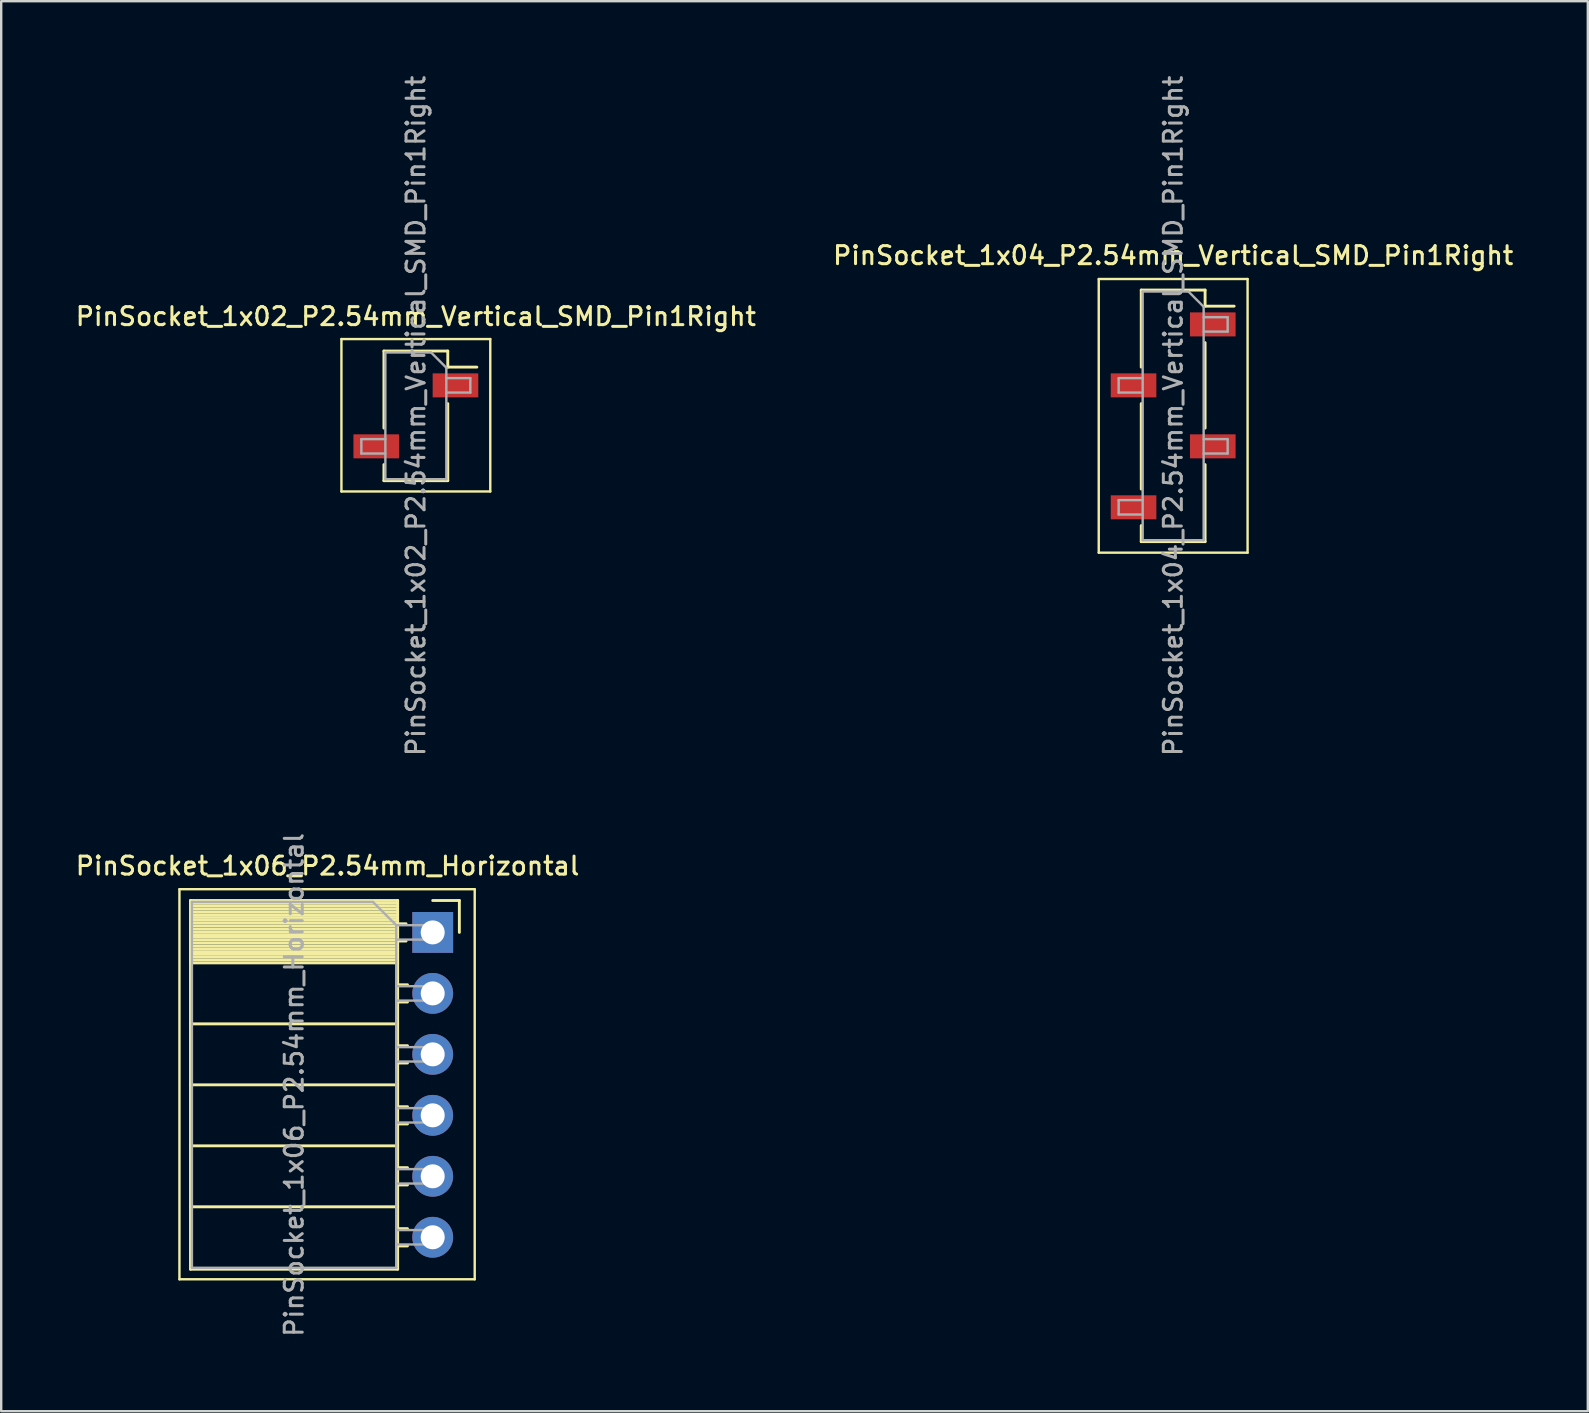
<source format=kicad_pcb>
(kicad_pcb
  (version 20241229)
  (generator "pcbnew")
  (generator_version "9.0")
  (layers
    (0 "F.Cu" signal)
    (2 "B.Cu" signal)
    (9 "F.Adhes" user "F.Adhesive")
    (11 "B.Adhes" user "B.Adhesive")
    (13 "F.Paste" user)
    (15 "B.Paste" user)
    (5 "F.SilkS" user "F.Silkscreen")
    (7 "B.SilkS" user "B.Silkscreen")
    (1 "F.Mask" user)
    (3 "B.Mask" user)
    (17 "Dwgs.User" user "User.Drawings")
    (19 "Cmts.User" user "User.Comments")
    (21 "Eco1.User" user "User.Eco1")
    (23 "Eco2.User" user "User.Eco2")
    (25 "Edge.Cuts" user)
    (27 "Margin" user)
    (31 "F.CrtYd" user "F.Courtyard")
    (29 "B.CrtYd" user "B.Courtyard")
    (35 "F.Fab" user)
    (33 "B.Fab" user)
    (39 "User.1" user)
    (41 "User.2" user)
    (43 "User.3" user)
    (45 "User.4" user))
  (footprint "PinSocket_1x04_P2.54mm_Vertical_SMD_Pin1Right"
    (layer "F.Cu")
    (at 45.82 14.273)
    (property "Reference" "PinSocket_1x04_P2.54mm_Vertical_SMD_Pin1Right" (at 0 -6.68 0) (layer "F.SilkS") (effects (font (size 0.75 0.75) (thickness 0.125))))
    (attr smd)
    (fp_line (start -3.1 -5.7) (end 3.1 -5.7) (stroke (width 0.1) (type solid)) (layer "F.SilkS"))
    (fp_line (start -3.1 5.7) (end -3.1 -5.7) (stroke (width 0.1) (type solid)) (layer "F.SilkS"))
    (fp_line (start -1.33 -5.24) (end -1.33 -2.03) (stroke (width 0.12) (type solid)) (layer "F.SilkS"))
    (fp_line (start -1.33 -5.24) (end 1.33 -5.24) (stroke (width 0.12) (type solid)) (layer "F.SilkS"))
    (fp_line (start -1.33 -0.51) (end -1.33 3.05) (stroke (width 0.12) (type solid)) (layer "F.SilkS"))
    (fp_line (start -1.33 4.57) (end -1.33 5.24) (stroke (width 0.12) (type solid)) (layer "F.SilkS"))
    (fp_line (start -1.33 5.24) (end 1.33 5.24) (stroke (width 0.12) (type solid)) (layer "F.SilkS"))
    (fp_line (start 1.33 -5.24) (end 1.33 -4.57) (stroke (width 0.12) (type solid)) (layer "F.SilkS"))
    (fp_line (start 1.33 -4.57) (end 2.54 -4.57) (stroke (width 0.12) (type solid)) (layer "F.SilkS"))
    (fp_line (start 1.33 -3.05) (end 1.33 0.51) (stroke (width 0.12) (type solid)) (layer "F.SilkS"))
    (fp_line (start 1.33 2.03) (end 1.33 5.24) (stroke (width 0.12) (type solid)) (layer "F.SilkS"))
    (fp_line (start 3.1 -5.7) (end 3.1 5.7) (stroke (width 0.1) (type solid)) (layer "F.SilkS"))
    (fp_line (start 3.1 5.7) (end -3.1 5.7) (stroke (width 0.1) (type solid)) (layer "F.SilkS"))
    (fp_line (start -2.27 -1.57) (end -1.27 -1.57) (stroke (width 0.1) (type solid)) (layer "F.Fab"))
    (fp_line (start -2.27 -0.97) (end -2.27 -1.57) (stroke (width 0.1) (type solid)) (layer "F.Fab"))
    (fp_line (start -2.27 3.51) (end -1.27 3.51) (stroke (width 0.1) (type solid)) (layer "F.Fab"))
    (fp_line (start -2.27 4.11) (end -2.27 3.51) (stroke (width 0.1) (type solid)) (layer "F.Fab"))
    (fp_line (start -1.27 -5.18) (end 0.635 -5.18) (stroke (width 0.1) (type solid)) (layer "F.Fab"))
    (fp_line (start -1.27 -0.97) (end -2.27 -0.97) (stroke (width 0.1) (type solid)) (layer "F.Fab"))
    (fp_line (start -1.27 4.11) (end -2.27 4.11) (stroke (width 0.1) (type solid)) (layer "F.Fab"))
    (fp_line (start -1.27 5.18) (end -1.27 -5.18) (stroke (width 0.1) (type solid)) (layer "F.Fab"))
    (fp_line (start 0.635 -5.18) (end 1.27 -4.545) (stroke (width 0.1) (type solid)) (layer "F.Fab"))
    (fp_line (start 1.27 -4.545) (end 1.27 5.18) (stroke (width 0.1) (type solid)) (layer "F.Fab"))
    (fp_line (start 1.27 -4.11) (end 2.27 -4.11) (stroke (width 0.1) (type solid)) (layer "F.Fab"))
    (fp_line (start 1.27 0.97) (end 2.27 0.97) (stroke (width 0.1) (type solid)) (layer "F.Fab"))
    (fp_line (start 1.27 5.18) (end -1.27 5.18) (stroke (width 0.1) (type solid)) (layer "F.Fab"))
    (fp_line (start 2.27 -4.11) (end 2.27 -3.51) (stroke (width 0.1) (type solid)) (layer "F.Fab"))
    (fp_line (start 2.27 -3.51) (end 1.27 -3.51) (stroke (width 0.1) (type solid)) (layer "F.Fab"))
    (fp_line (start 2.27 0.97) (end 2.27 1.57) (stroke (width 0.1) (type solid)) (layer "F.Fab"))
    (fp_line (start 2.27 1.57) (end 1.27 1.57) (stroke (width 0.1) (type solid)) (layer "F.Fab"))
    (fp_text user "${REFERENCE}" (at 0 0 90) (layer "F.Fab") (effects (font (size 0.75 0.75) (thickness 0.125))))
    (pad "1" smd rect (at 1.65 -3.81) (size 1.9 1) (layers "F.Cu" "F.Mask" "F.Paste"))
    (pad "2" smd rect (at -1.65 -1.27) (size 1.9 1) (layers "F.Cu" "F.Mask" "F.Paste"))
    (pad "3" smd rect (at 1.65 1.27) (size 1.9 1) (layers "F.Cu" "F.Mask" "F.Paste"))
    (pad "4" smd rect (at -1.65 3.81) (size 1.9 1) (layers "F.Cu" "F.Mask" "F.Paste")))
  (footprint "PinSocket_1x06_P2.54mm_Horizontal"
    (layer "F.Cu")
    (at 14.975 35.791)
    (property "Reference" "PinSocket_1x06_P2.54mm_Horizontal" (at -4.38 -2.77 0) (layer "F.SilkS") (effects (font (size 0.75 0.75) (thickness 0.125))))
    (attr through_hole)
    (fp_line (start -10.55 -1.8) (end -10.55 14.45) (stroke (width 0.1) (type solid)) (layer "F.SilkS"))
    (fp_line (start -10.55 14.45) (end 1.75 14.45) (stroke (width 0.1) (type solid)) (layer "F.SilkS"))
    (fp_line (start -10.09 -1.33) (end -10.09 14.03) (stroke (width 0.12) (type solid)) (layer "F.SilkS"))
    (fp_line (start -10.09 -1.33) (end -1.46 -1.33) (stroke (width 0.12) (type solid)) (layer "F.SilkS"))
    (fp_line (start -10.09 -1.21) (end -1.46 -1.21) (stroke (width 0.12) (type solid)) (layer "F.SilkS"))
    (fp_line (start -10.09 -1.092) (end -1.46 -1.092) (stroke (width 0.12) (type solid)) (layer "F.SilkS"))
    (fp_line (start -10.09 -0.974) (end -1.46 -0.974) (stroke (width 0.12) (type solid)) (layer "F.SilkS"))
    (fp_line (start -10.09 -0.856) (end -1.46 -0.856) (stroke (width 0.12) (type solid)) (layer "F.SilkS"))
    (fp_line (start -10.09 -0.738) (end -1.46 -0.738) (stroke (width 0.12) (type solid)) (layer "F.SilkS"))
    (fp_line (start -10.09 -0.62) (end -1.46 -0.62) (stroke (width 0.12) (type solid)) (layer "F.SilkS"))
    (fp_line (start -10.09 -0.501) (end -1.46 -0.501) (stroke (width 0.12) (type solid)) (layer "F.SilkS"))
    (fp_line (start -10.09 -0.383) (end -1.46 -0.383) (stroke (width 0.12) (type solid)) (layer "F.SilkS"))
    (fp_line (start -10.09 -0.265) (end -1.46 -0.265) (stroke (width 0.12) (type solid)) (layer "F.SilkS"))
    (fp_line (start -10.09 -0.147) (end -1.46 -0.147) (stroke (width 0.12) (type solid)) (layer "F.SilkS"))
    (fp_line (start -10.09 -0.029) (end -1.46 -0.029) (stroke (width 0.12) (type solid)) (layer "F.SilkS"))
    (fp_line (start -10.09 0.089) (end -1.46 0.089) (stroke (width 0.12) (type solid)) (layer "F.SilkS"))
    (fp_line (start -10.09 0.207) (end -1.46 0.207) (stroke (width 0.12) (type solid)) (layer "F.SilkS"))
    (fp_line (start -10.09 0.325) (end -1.46 0.325) (stroke (width 0.12) (type solid)) (layer "F.SilkS"))
    (fp_line (start -10.09 0.443) (end -1.46 0.443) (stroke (width 0.12) (type solid)) (layer "F.SilkS"))
    (fp_line (start -10.09 0.561) (end -1.46 0.561) (stroke (width 0.12) (type solid)) (layer "F.SilkS"))
    (fp_line (start -10.09 0.68) (end -1.46 0.68) (stroke (width 0.12) (type solid)) (layer "F.SilkS"))
    (fp_line (start -10.09 0.798) (end -1.46 0.798) (stroke (width 0.12) (type solid)) (layer "F.SilkS"))
    (fp_line (start -10.09 0.916) (end -1.46 0.916) (stroke (width 0.12) (type solid)) (layer "F.SilkS"))
    (fp_line (start -10.09 1.034) (end -1.46 1.034) (stroke (width 0.12) (type solid)) (layer "F.SilkS"))
    (fp_line (start -10.09 1.152) (end -1.46 1.152) (stroke (width 0.12) (type solid)) (layer "F.SilkS"))
    (fp_line (start -10.09 1.27) (end -1.46 1.27) (stroke (width 0.12) (type solid)) (layer "F.SilkS"))
    (fp_line (start -10.09 3.81) (end -1.46 3.81) (stroke (width 0.12) (type solid)) (layer "F.SilkS"))
    (fp_line (start -10.09 6.35) (end -1.46 6.35) (stroke (width 0.12) (type solid)) (layer "F.SilkS"))
    (fp_line (start -10.09 8.89) (end -1.46 8.89) (stroke (width 0.12) (type solid)) (layer "F.SilkS"))
    (fp_line (start -10.09 11.43) (end -1.46 11.43) (stroke (width 0.12) (type solid)) (layer "F.SilkS"))
    (fp_line (start -10.09 14.03) (end -1.46 14.03) (stroke (width 0.12) (type solid)) (layer "F.SilkS"))
    (fp_line (start -1.46 -1.33) (end -1.46 14.03) (stroke (width 0.12) (type solid)) (layer "F.SilkS"))
    (fp_line (start -1.46 -0.36) (end -1.11 -0.36) (stroke (width 0.12) (type solid)) (layer "F.SilkS"))
    (fp_line (start -1.46 0.36) (end -1.11 0.36) (stroke (width 0.12) (type solid)) (layer "F.SilkS"))
    (fp_line (start -1.46 2.18) (end -1.05 2.18) (stroke (width 0.12) (type solid)) (layer "F.SilkS"))
    (fp_line (start -1.46 2.9) (end -1.05 2.9) (stroke (width 0.12) (type solid)) (layer "F.SilkS"))
    (fp_line (start -1.46 4.72) (end -1.05 4.72) (stroke (width 0.12) (type solid)) (layer "F.SilkS"))
    (fp_line (start -1.46 5.44) (end -1.05 5.44) (stroke (width 0.12) (type solid)) (layer "F.SilkS"))
    (fp_line (start -1.46 7.26) (end -1.05 7.26) (stroke (width 0.12) (type solid)) (layer "F.SilkS"))
    (fp_line (start -1.46 7.98) (end -1.05 7.98) (stroke (width 0.12) (type solid)) (layer "F.SilkS"))
    (fp_line (start -1.46 9.8) (end -1.05 9.8) (stroke (width 0.12) (type solid)) (layer "F.SilkS"))
    (fp_line (start -1.46 10.52) (end -1.05 10.52) (stroke (width 0.12) (type solid)) (layer "F.SilkS"))
    (fp_line (start -1.46 12.34) (end -1.05 12.34) (stroke (width 0.12) (type solid)) (layer "F.SilkS"))
    (fp_line (start -1.46 13.06) (end -1.05 13.06) (stroke (width 0.12) (type solid)) (layer "F.SilkS"))
    (fp_line (start 0 -1.33) (end 1.11 -1.33) (stroke (width 0.12) (type solid)) (layer "F.SilkS"))
    (fp_line (start 1.11 -1.33) (end 1.11 0) (stroke (width 0.12) (type solid)) (layer "F.SilkS"))
    (fp_line (start 1.75 -1.8) (end -10.55 -1.8) (stroke (width 0.1) (type solid)) (layer "F.SilkS"))
    (fp_line (start 1.75 14.45) (end 1.75 -1.8) (stroke (width 0.1) (type solid)) (layer "F.SilkS"))
    (fp_line (start -10.03 -1.27) (end -2.49 -1.27) (stroke (width 0.1) (type solid)) (layer "F.Fab"))
    (fp_line (start -10.03 13.97) (end -10.03 -1.27) (stroke (width 0.1) (type solid)) (layer "F.Fab"))
    (fp_line (start -2.49 -1.27) (end -1.52 -0.3) (stroke (width 0.1) (type solid)) (layer "F.Fab"))
    (fp_line (start -1.52 -0.3) (end -1.52 13.97) (stroke (width 0.1) (type solid)) (layer "F.Fab"))
    (fp_line (start -1.52 0.3) (end 0 0.3) (stroke (width 0.1) (type solid)) (layer "F.Fab"))
    (fp_line (start -1.52 2.84) (end 0 2.84) (stroke (width 0.1) (type solid)) (layer "F.Fab"))
    (fp_line (start -1.52 5.38) (end 0 5.38) (stroke (width 0.1) (type solid)) (layer "F.Fab"))
    (fp_line (start -1.52 7.92) (end 0 7.92) (stroke (width 0.1) (type solid)) (layer "F.Fab"))
    (fp_line (start -1.52 10.46) (end 0 10.46) (stroke (width 0.1) (type solid)) (layer "F.Fab"))
    (fp_line (start -1.52 13) (end 0 13) (stroke (width 0.1) (type solid)) (layer "F.Fab"))
    (fp_line (start -1.52 13.97) (end -10.03 13.97) (stroke (width 0.1) (type solid)) (layer "F.Fab"))
    (fp_line (start 0 -0.3) (end -1.52 -0.3) (stroke (width 0.1) (type solid)) (layer "F.Fab"))
    (fp_line (start 0 0.3) (end 0 -0.3) (stroke (width 0.1) (type solid)) (layer "F.Fab"))
    (fp_line (start 0 2.24) (end -1.52 2.24) (stroke (width 0.1) (type solid)) (layer "F.Fab"))
    (fp_line (start 0 2.84) (end 0 2.24) (stroke (width 0.1) (type solid)) (layer "F.Fab"))
    (fp_line (start 0 4.78) (end -1.52 4.78) (stroke (width 0.1) (type solid)) (layer "F.Fab"))
    (fp_line (start 0 5.38) (end 0 4.78) (stroke (width 0.1) (type solid)) (layer "F.Fab"))
    (fp_line (start 0 7.32) (end -1.52 7.32) (stroke (width 0.1) (type solid)) (layer "F.Fab"))
    (fp_line (start 0 7.92) (end 0 7.32) (stroke (width 0.1) (type solid)) (layer "F.Fab"))
    (fp_line (start 0 9.86) (end -1.52 9.86) (stroke (width 0.1) (type solid)) (layer "F.Fab"))
    (fp_line (start 0 10.46) (end 0 9.86) (stroke (width 0.1) (type solid)) (layer "F.Fab"))
    (fp_line (start 0 12.4) (end -1.52 12.4) (stroke (width 0.1) (type solid)) (layer "F.Fab"))
    (fp_line (start 0 13) (end 0 12.4) (stroke (width 0.1) (type solid)) (layer "F.Fab"))
    (fp_text user "${REFERENCE}" (at -5.775 6.35 90) (layer "F.Fab") (effects (font (size 0.75 0.75) (thickness 0.125))))
    (pad "1" thru_hole rect (at 0 0) (size 1.7 1.7) (drill 1) (layers "*.Cu" "*.Mask"))
    (pad "2" thru_hole oval (at 0 2.54) (size 1.7 1.7) (drill 1) (layers "*.Cu" "*.Mask"))
    (pad "3" thru_hole oval (at 0 5.08) (size 1.7 1.7) (drill 1) (layers "*.Cu" "*.Mask"))
    (pad "4" thru_hole oval (at 0 7.62) (size 1.7 1.7) (drill 1) (layers "*.Cu" "*.Mask"))
    (pad "5" thru_hole oval (at 0 10.16) (size 1.7 1.7) (drill 1) (layers "*.Cu" "*.Mask"))
    (pad "6" thru_hole oval (at 0 12.7) (size 1.7 1.7) (drill 1) (layers "*.Cu" "*.Mask")))
  (footprint "PinSocket_1x02_P2.54mm_Vertical_SMD_Pin1Right"
    (layer "F.Cu")
    (at 14.273 14.273)
    (property "Reference" "PinSocket_1x02_P2.54mm_Vertical_SMD_Pin1Right" (at 0 -4.14 0) (layer "F.SilkS") (effects (font (size 0.75 0.75) (thickness 0.125))))
    (attr smd)
    (fp_line (start -3.1 -3.2) (end 3.1 -3.2) (stroke (width 0.1) (type solid)) (layer "F.SilkS"))
    (fp_line (start -3.1 3.15) (end -3.1 -3.2) (stroke (width 0.1) (type solid)) (layer "F.SilkS"))
    (fp_line (start -1.33 -2.7) (end -1.33 0.51) (stroke (width 0.12) (type solid)) (layer "F.SilkS"))
    (fp_line (start -1.33 -2.7) (end 1.33 -2.7) (stroke (width 0.12) (type solid)) (layer "F.SilkS"))
    (fp_line (start -1.33 2.03) (end -1.33 2.7) (stroke (width 0.12) (type solid)) (layer "F.SilkS"))
    (fp_line (start -1.33 2.7) (end 1.33 2.7) (stroke (width 0.12) (type solid)) (layer "F.SilkS"))
    (fp_line (start 1.33 -2.7) (end 1.33 -2.03) (stroke (width 0.12) (type solid)) (layer "F.SilkS"))
    (fp_line (start 1.33 -2.03) (end 2.54 -2.03) (stroke (width 0.12) (type solid)) (layer "F.SilkS"))
    (fp_line (start 1.33 -0.51) (end 1.33 2.7) (stroke (width 0.12) (type solid)) (layer "F.SilkS"))
    (fp_line (start 3.1 -3.2) (end 3.1 3.15) (stroke (width 0.1) (type solid)) (layer "F.SilkS"))
    (fp_line (start 3.1 3.15) (end -3.1 3.15) (stroke (width 0.1) (type solid)) (layer "F.SilkS"))
    (fp_line (start -2.27 0.97) (end -1.27 0.97) (stroke (width 0.1) (type solid)) (layer "F.Fab"))
    (fp_line (start -2.27 1.57) (end -2.27 0.97) (stroke (width 0.1) (type solid)) (layer "F.Fab"))
    (fp_line (start -1.27 -2.64) (end 0.635 -2.64) (stroke (width 0.1) (type solid)) (layer "F.Fab"))
    (fp_line (start -1.27 1.57) (end -2.27 1.57) (stroke (width 0.1) (type solid)) (layer "F.Fab"))
    (fp_line (start -1.27 2.64) (end -1.27 -2.64) (stroke (width 0.1) (type solid)) (layer "F.Fab"))
    (fp_line (start 0.635 -2.64) (end 1.27 -2.005) (stroke (width 0.1) (type solid)) (layer "F.Fab"))
    (fp_line (start 1.27 -2.005) (end 1.27 2.64) (stroke (width 0.1) (type solid)) (layer "F.Fab"))
    (fp_line (start 1.27 -1.57) (end 2.27 -1.57) (stroke (width 0.1) (type solid)) (layer "F.Fab"))
    (fp_line (start 1.27 2.64) (end -1.27 2.64) (stroke (width 0.1) (type solid)) (layer "F.Fab"))
    (fp_line (start 2.27 -1.57) (end 2.27 -0.97) (stroke (width 0.1) (type solid)) (layer "F.Fab"))
    (fp_line (start 2.27 -0.97) (end 1.27 -0.97) (stroke (width 0.1) (type solid)) (layer "F.Fab"))
    (fp_text user "${REFERENCE}" (at 0 0 90) (layer "F.Fab") (effects (font (size 0.75 0.75) (thickness 0.125))))
    (pad "1" smd rect (at 1.65 -1.27) (size 1.9 1) (layers "F.Cu" "F.Mask" "F.Paste"))
    (pad "2" smd rect (at -1.65 1.27) (size 1.9 1) (layers "F.Cu" "F.Mask" "F.Paste")))
  (gr_rect
    (start -3 -3)
    (end 63.093 55.736)
    (stroke (width 0.1) (type default))
    (fill no)
    (layer "Edge.Cuts")))
</source>
